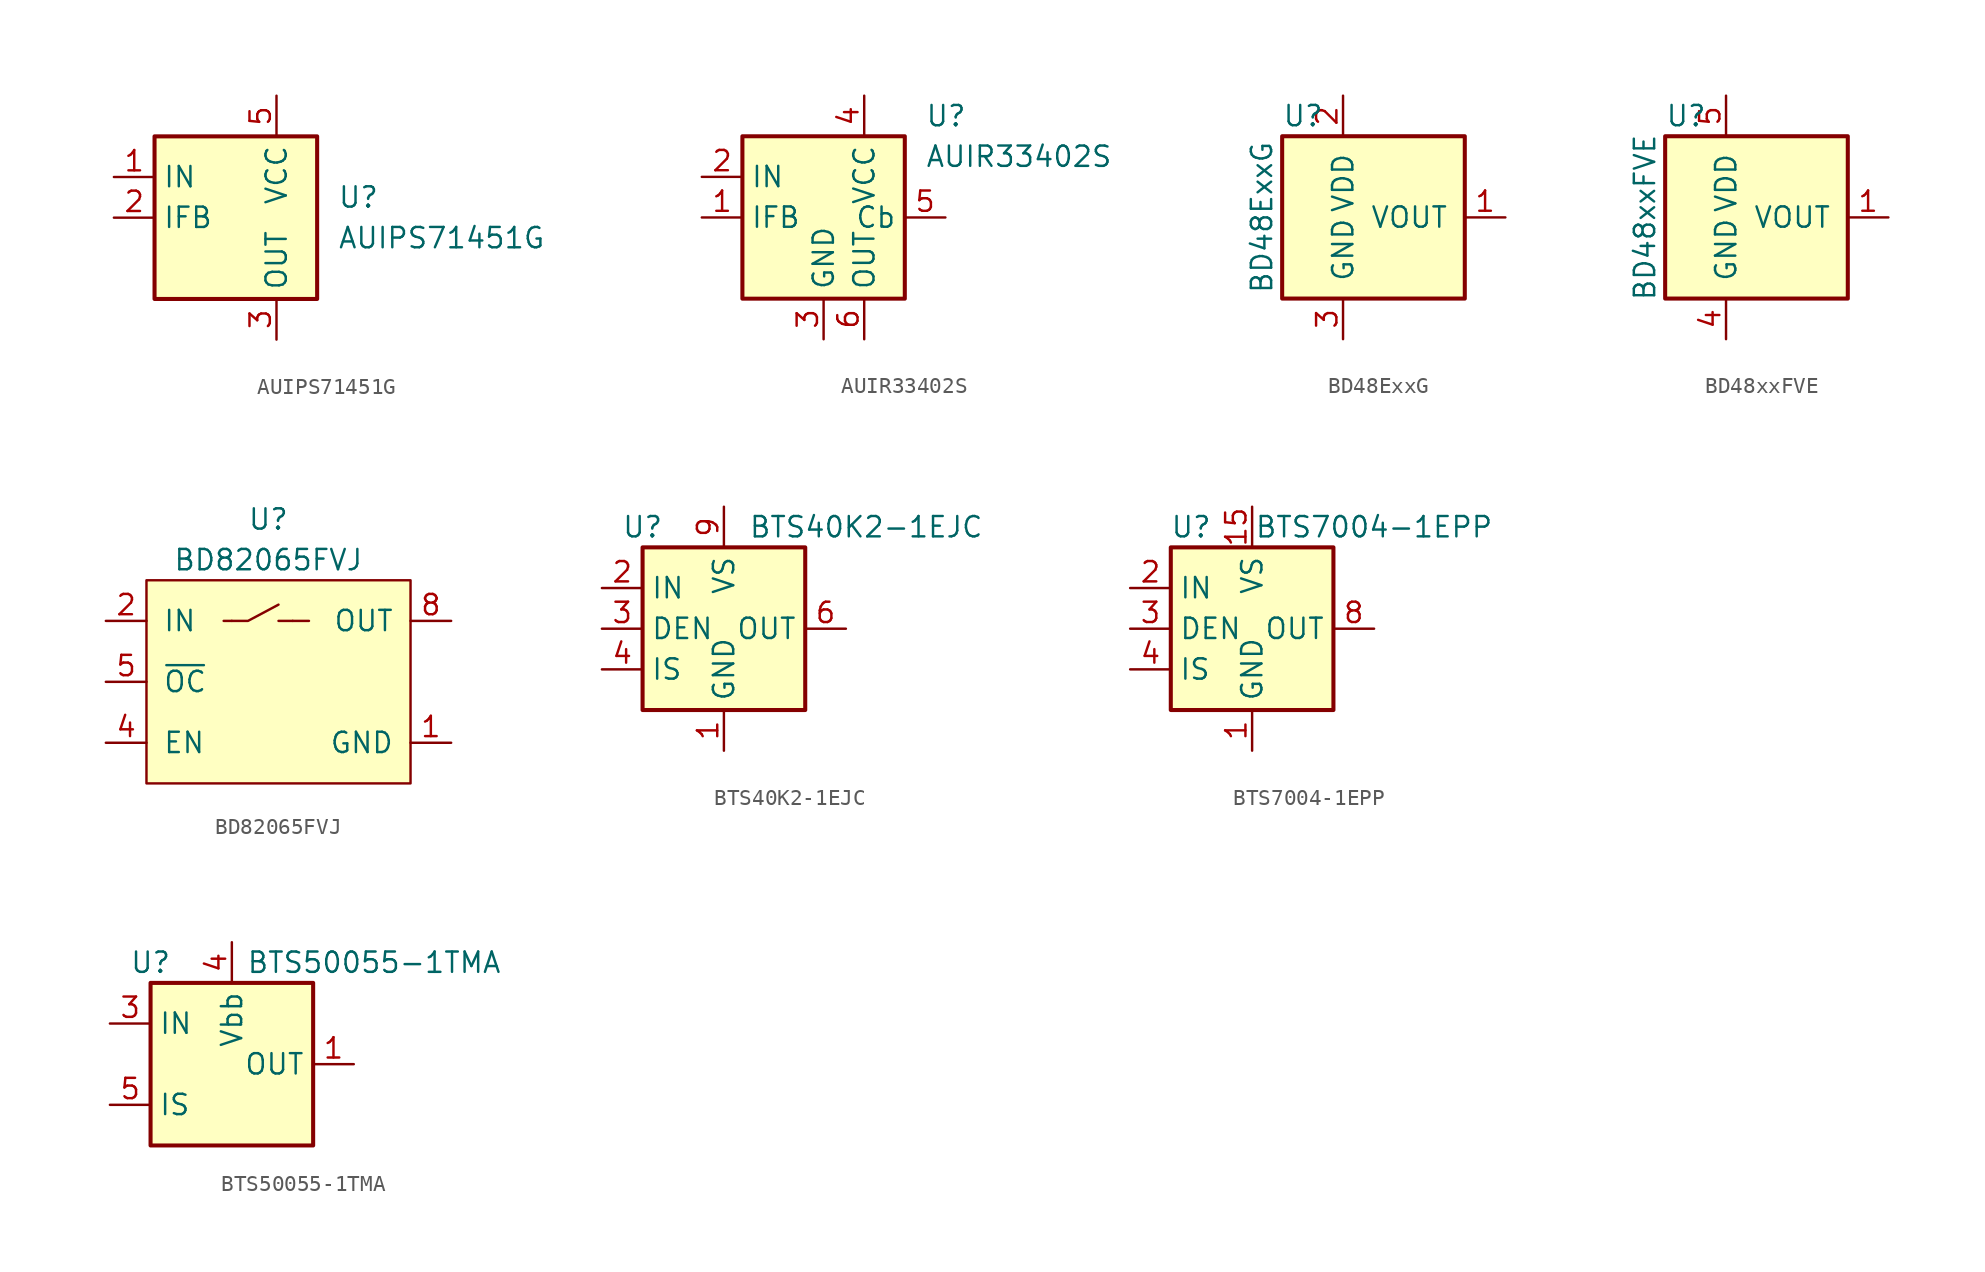
<source format=kicad_sym>
(kicad_symbol_lib
  (version 20201005)
  (generator kicad_symbol_editor)
  (symbol "AUIPS71451G"
    (property "Reference" "U"
      (at 3.81 1.27 0)
      (effects (font (size 1.27 1.27)) (justify left)))
    (property "Value" "AUIPS71451G"
      (at 3.81 -1.27 0)
      (effects (font (size 1.27 1.27)) (justify left)))
    (symbol "AUIPS71451G_0_1"
      (rectangle (start -7.62 5.08) (end 2.54 -5.08) (stroke (width 0.254)) (fill (type background))))
    (symbol "AUIPS71451G_1_1"
      (pin input line (at -10.16 2.54 0) (length 2.54) (name "IN" (effects (font (size 1.27 1.27)))) (number "1" (effects (font (size 1.27 1.27)))))
      (pin output line (at -10.16 0 0) (length 2.54) (name "IFB" (effects (font (size 1.27 1.27)))) (number "2" (effects (font (size 1.27 1.27)))))
      (pin power_out line (at 0 -7.62 90) (length 2.54) (name "OUT" (effects (font (size 1.27 1.27)))) (number "3" (effects (font (size 1.27 1.27)))))
      (pin passive line (at 0 -7.62 90) (length 2.54) hide (name "OUT" (effects (font (size 1.27 1.27)))) (number "4" (effects (font (size 1.27 1.27)))))
      (pin power_in line (at 0 7.62 270) (length 2.54) (name "VCC" (effects (font (size 1.27 1.27)))) (number "5" (effects (font (size 1.27 1.27)))))
      (pin passive line (at 0 7.62 270) (length 2.54) hide (name "VCC" (effects (font (size 1.27 1.27)))) (number "6" (effects (font (size 1.27 1.27)))))
      (pin passive line (at 0 7.62 270) (length 2.54) hide (name "VCC" (effects (font (size 1.27 1.27)))) (number "7" (effects (font (size 1.27 1.27)))))
      (pin passive line (at 0 7.62 270) (length 2.54) hide (name "VCC" (effects (font (size 1.27 1.27)))) (number "8" (effects (font (size 1.27 1.27)))))))
  (symbol "AUIR33402S"
    (property "Reference" "U"
      (at 3.81 6.35 0)
      (effects (font (size 1.27 1.27)) (justify left)))
    (property "Value" "AUIR33402S"
      (at 3.81 3.81 0)
      (effects (font (size 1.27 1.27)) (justify left)))
    (symbol "AUIR33402S_0_1"
      (rectangle (start -7.62 5.08) (end 2.54 -5.08) (stroke (width 0.254)) (fill (type background))))
    (symbol "AUIR33402S_1_1"
      (pin output line (at -10.16 0 0) (length 2.54) (name "IFB" (effects (font (size 1.27 1.27)))) (number "1" (effects (font (size 1.27 1.27)))))
      (pin input line (at -10.16 2.54 0) (length 2.54) (name "IN" (effects (font (size 1.27 1.27)))) (number "2" (effects (font (size 1.27 1.27)))))
      (pin power_in line (at -2.54 -7.62 90) (length 2.54) (name "GND" (effects (font (size 1.27 1.27)))) (number "3" (effects (font (size 1.27 1.27)))))
      (pin power_in line (at 0 7.62 270) (length 2.54) (name "VCC" (effects (font (size 1.27 1.27)))) (number "4" (effects (font (size 1.27 1.27)))))
      (pin passive line (at 5.08 0 180) (length 2.54) (name "Cb" (effects (font (size 1.27 1.27)))) (number "5" (effects (font (size 1.27 1.27)))))
      (pin power_out line (at 0 -7.62 90) (length 2.54) (name "OUT" (effects (font (size 1.27 1.27)))) (number "6" (effects (font (size 1.27 1.27)))))
      (pin passive line (at 0 -7.62 90) (length 2.54) hide (name "OUT" (effects (font (size 1.27 1.27)))) (number "7" (effects (font (size 1.27 1.27)))))))
  (symbol "BD48ExxG"
    (pin_names
      (offset 1.016))
    (property "Reference" "U"
      (at -3.81 6.35 0)
      (effects (font (size 1.27 1.27)) (justify left)))
    (property "Value" "BD48ExxG"
      (at -5.08 0 90)
      (effects (font (size 1.27 1.27))))
    (symbol "BD48ExxG_1_1"
      (rectangle (start -3.81 5.08) (end 7.62 -5.08) (stroke (width 0.254)) (fill (type background)))
      (pin output line (at 10.16 0 180) (length 2.54) (name "VOUT" (effects (font (size 1.27 1.27)))) (number "1" (effects (font (size 1.27 1.27)))))
      (pin power_in line (at 0 7.62 270) (length 2.54) (name "VDD" (effects (font (size 1.27 1.27)))) (number "2" (effects (font (size 1.27 1.27)))))
      (pin power_in line (at 0 -7.62 90) (length 2.54) (name "GND" (effects (font (size 1.27 1.27)))) (number "3" (effects (font (size 1.27 1.27)))))))
  (symbol "BD48xxFVE"
    (pin_names
      (offset 1.016))
    (property "Reference" "U"
      (at -3.81 6.35 0)
      (effects (font (size 1.27 1.27)) (justify left)))
    (property "Value" "BD48xxFVE"
      (at -5.08 0 90)
      (effects (font (size 1.27 1.27))))
    (symbol "BD48xxFVE_1_1"
      (rectangle (start -3.81 5.08) (end 7.62 -5.08) (stroke (width 0.254)) (fill (type background)))
      (pin output line (at 10.16 0 180) (length 2.54) (name "VOUT" (effects (font (size 1.27 1.27)))) (number "1" (effects (font (size 1.27 1.27)))))
      (pin passive line (at 0 -7.62 90) (length 2.54) hide (name "GND" (effects (font (size 1.27 1.27)))) (number "2" (effects (font (size 1.27 1.27)))))
      (pin power_in line (at 0 -7.62 90) (length 2.54) (name "GND" (effects (font (size 1.27 1.27)))) (number "4" (effects (font (size 1.27 1.27)))))
      (pin power_in line (at 0 7.62 270) (length 2.54) (name "VDD" (effects (font (size 1.27 1.27)))) (number "5" (effects (font (size 1.27 1.27)))))))
  (symbol "BD82065FVJ"
    (pin_names
      (offset 1.016))
    (property "Reference" "U"
      (at 0 10.16 0)
      (effects (font (size 1.27 1.27))))
    (property "Value" "BD82065FVJ"
      (at 0 7.62 0)
      (effects (font (size 1.27 1.27))))
    (symbol "BD82065FVJ_0_1"
      (rectangle (start -7.62 6.35) (end 8.89 -6.35) (stroke (width 0)) (fill (type background)))
      (polyline (pts (xy -2.794 3.81) (xy -2.286 3.81)) (stroke (width 0)) (fill (type none)))
      (polyline (pts (xy 0.635 3.81) (xy 1.524 3.81)) (stroke (width 0)) (fill (type none)))
      (polyline (pts (xy 2.54 3.81) (xy 1.524 3.81)) (stroke (width 0)) (fill (type none)))
      (polyline (pts (xy -2.286 3.81) (xy -1.27 3.81) (xy 0.635 4.826)) (stroke (width 0)) (fill (type none))))
    (symbol "BD82065FVJ_1_1"
      (pin input line (at 11.43 -3.81 180) (length 2.54) (name "GND" (effects (font (size 1.27 1.27)))) (number "1" (effects (font (size 1.27 1.27)))))
      (pin input line (at -10.16 3.81 0) (length 2.54) (name "IN" (effects (font (size 1.27 1.27)))) (number "2" (effects (font (size 1.27 1.27)))))
      (pin input line (at -10.16 3.81 0) (length 2.54) hide (name "IN" (effects (font (size 1.27 1.27)))) (number "3" (effects (font (size 1.27 1.27)))))
      (pin input line (at -10.16 -3.81 0) (length 2.54) (name "EN" (effects (font (size 1.27 1.27)))) (number "4" (effects (font (size 1.27 1.27)))))
      (pin input line (at -10.16 0 0) (length 2.54) (name "~OC" (effects (font (size 1.27 1.27)))) (number "5" (effects (font (size 1.27 1.27)))))
      (pin input line (at 11.43 3.81 180) (length 2.54) hide (name "OUT" (effects (font (size 1.27 1.27)))) (number "6" (effects (font (size 1.27 1.27)))))
      (pin input line (at 11.43 3.81 180) (length 2.54) hide (name "OUT" (effects (font (size 1.27 1.27)))) (number "7" (effects (font (size 1.27 1.27)))))
      (pin input line (at 11.43 3.81 180) (length 2.54) (name "OUT" (effects (font (size 1.27 1.27)))) (number "8" (effects (font (size 1.27 1.27)))))))
  (symbol "BTS40K2-1EJC"
    (property "Reference" "U"
      (at -5.08 6.35 0)
      (effects (font (size 1.27 1.27))))
    (property "Value" "BTS40K2-1EJC"
      (at 8.89 6.35 0)
      (effects (font (size 1.27 1.27))))
    (symbol "BTS40K2-1EJC_0_1"
      (rectangle (start -5.08 5.08) (end 5.08 -5.08) (stroke (width 0.254)) (fill (type background))))
    (symbol "BTS40K2-1EJC_1_1"
      (pin power_in line (at 0 -7.62 90) (length 2.54) (name "GND" (effects (font (size 1.27 1.27)))) (number "1" (effects (font (size 1.27 1.27)))))
      (pin input line (at -7.62 2.54 0) (length 2.54) (name "IN" (effects (font (size 1.27 1.27)))) (number "2" (effects (font (size 1.27 1.27)))))
      (pin input line (at -7.62 0 0) (length 2.54) (name "DEN" (effects (font (size 1.27 1.27)))) (number "3" (effects (font (size 1.27 1.27)))))
      (pin output line (at -7.62 -2.54 0) (length 2.54) (name "IS" (effects (font (size 1.27 1.27)))) (number "4" (effects (font (size 1.27 1.27)))))
      (pin no_connect line (at 5.08 2.54 180) (length 2.54) hide (name "NC" (effects (font (size 1.27 1.27)))) (number "5" (effects (font (size 1.27 1.27)))))
      (pin power_out line (at 7.62 0 180) (length 2.54) (name "OUT" (effects (font (size 1.27 1.27)))) (number "6" (effects (font (size 1.27 1.27)))))
      (pin passive line (at 7.62 0 180) (length 2.54) hide (name "OUT" (effects (font (size 1.27 1.27)))) (number "7" (effects (font (size 1.27 1.27)))))
      (pin passive line (at 7.62 0 180) (length 2.54) hide (name "OUT" (effects (font (size 1.27 1.27)))) (number "8" (effects (font (size 1.27 1.27)))))
      (pin power_in line (at 0 7.62 270) (length 2.54) (name "VS" (effects (font (size 1.27 1.27)))) (number "9" (effects (font (size 1.27 1.27)))))))
  (symbol "BTS7004-1EPP"
    (property "Reference" "U"
      (at -3.81 6.35 0)
      (effects (font (size 1.27 1.27))))
    (property "Value" "BTS7004-1EPP"
      (at 7.62 6.35 0)
      (effects (font (size 1.27 1.27))))
    (symbol "BTS7004-1EPP_0_1"
      (rectangle (start -5.08 5.08) (end 5.08 -5.08) (stroke (width 0.254)) (fill (type background))))
    (symbol "BTS7004-1EPP_1_1"
      (pin power_in line (at 0 -7.62 90) (length 2.54) (name "GND" (effects (font (size 1.27 1.27)))) (number "1" (effects (font (size 1.27 1.27)))))
      (pin passive line (at 7.62 0 180) (length 2.54) hide (name "OUT" (effects (font (size 1.27 1.27)))) (number "10" (effects (font (size 1.27 1.27)))))
      (pin no_connect line (at 5.08 -5.08 180) (length 2.54) hide (name "NC" (effects (font (size 1.27 1.27)))) (number "11" (effects (font (size 1.27 1.27)))))
      (pin passive line (at 7.62 0 180) (length 2.54) hide (name "OUT" (effects (font (size 1.27 1.27)))) (number "12" (effects (font (size 1.27 1.27)))))
      (pin passive line (at 7.62 0 180) (length 2.54) hide (name "OUT" (effects (font (size 1.27 1.27)))) (number "13" (effects (font (size 1.27 1.27)))))
      (pin passive line (at 7.62 0 180) (length 2.54) hide (name "OUT" (effects (font (size 1.27 1.27)))) (number "14" (effects (font (size 1.27 1.27)))))
      (pin power_in line (at 0 7.62 270) (length 2.54) (name "VS" (effects (font (size 1.27 1.27)))) (number "15" (effects (font (size 1.27 1.27)))))
      (pin input line (at -7.62 2.54 0) (length 2.54) (name "IN" (effects (font (size 1.27 1.27)))) (number "2" (effects (font (size 1.27 1.27)))))
      (pin input line (at -7.62 0 0) (length 2.54) (name "DEN" (effects (font (size 1.27 1.27)))) (number "3" (effects (font (size 1.27 1.27)))))
      (pin output line (at -7.62 -2.54 0) (length 2.54) (name "IS" (effects (font (size 1.27 1.27)))) (number "4" (effects (font (size 1.27 1.27)))))
      (pin no_connect line (at 5.08 5.08 180) (length 2.54) hide (name "NC" (effects (font (size 1.27 1.27)))) (number "5" (effects (font (size 1.27 1.27)))))
      (pin no_connect line (at 5.08 2.54 180) (length 2.54) hide (name "NC" (effects (font (size 1.27 1.27)))) (number "6" (effects (font (size 1.27 1.27)))))
      (pin no_connect line (at 5.08 -2.54 180) (length 2.54) hide (name "NC" (effects (font (size 1.27 1.27)))) (number "7" (effects (font (size 1.27 1.27)))))
      (pin power_out line (at 7.62 0 180) (length 2.54) (name "OUT" (effects (font (size 1.27 1.27)))) (number "8" (effects (font (size 1.27 1.27)))))
      (pin passive line (at 7.62 0 180) (length 2.54) hide (name "OUT" (effects (font (size 1.27 1.27)))) (number "9" (effects (font (size 1.27 1.27)))))))
  (symbol "BTS50055-1TMA"
    (property "Reference" "U"
      (at -5.08 6.35 0)
      (effects (font (size 1.27 1.27))))
    (property "Value" "BTS50055-1TMA"
      (at 8.89 6.35 0)
      (effects (font (size 1.27 1.27))))
    (symbol "BTS50055-1TMA_0_1"
      (rectangle (start -5.08 5.08) (end 5.08 -5.08) (stroke (width 0.254)) (fill (type background))))
    (symbol "BTS50055-1TMA_1_1"
      (pin power_out line (at 7.62 0 180) (length 2.54) (name "OUT" (effects (font (size 1.27 1.27)))) (number "1" (effects (font (size 1.27 1.27)))))
      (pin passive line (at 7.62 0 180) (length 2.54) hide (name "OUT" (effects (font (size 1.27 1.27)))) (number "2" (effects (font (size 1.27 1.27)))))
      (pin input line (at -7.62 2.54 0) (length 2.54) (name "IN" (effects (font (size 1.27 1.27)))) (number "3" (effects (font (size 1.27 1.27)))))
      (pin power_in line (at 0 7.62 270) (length 2.54) (name "Vbb" (effects (font (size 1.27 1.27)))) (number "4" (effects (font (size 1.27 1.27)))))
      (pin output line (at -7.62 -2.54 0) (length 2.54) (name "IS" (effects (font (size 1.27 1.27)))) (number "5" (effects (font (size 1.27 1.27)))))
      (pin passive line (at 7.62 0 180) (length 2.54) hide (name "OUT" (effects (font (size 1.27 1.27)))) (number "6" (effects (font (size 1.27 1.27)))))
      (pin passive line (at 7.62 0 180) (length 2.54) hide (name "OUT" (effects (font (size 1.27 1.27)))) (number "7" (effects (font (size 1.27 1.27))))))))
</source>
